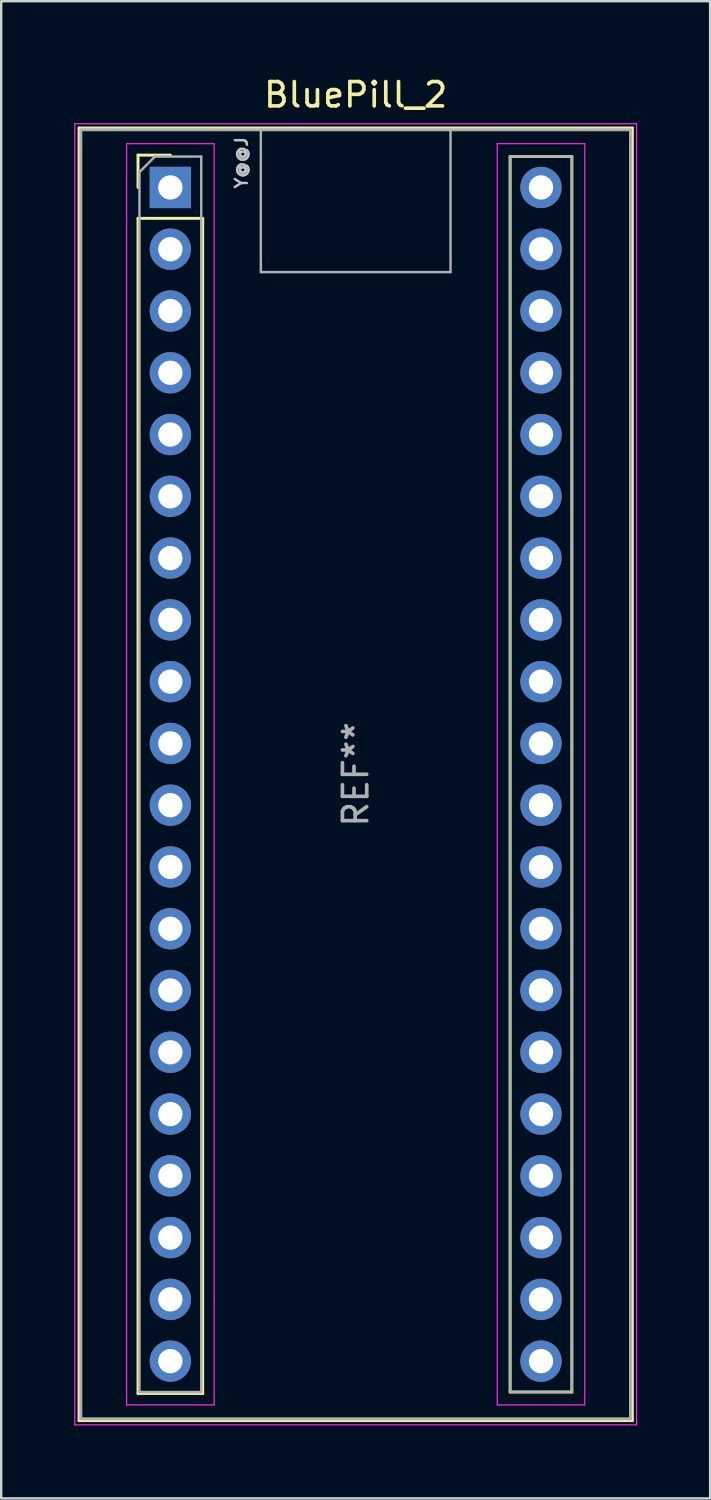
<source format=kicad_pcb>
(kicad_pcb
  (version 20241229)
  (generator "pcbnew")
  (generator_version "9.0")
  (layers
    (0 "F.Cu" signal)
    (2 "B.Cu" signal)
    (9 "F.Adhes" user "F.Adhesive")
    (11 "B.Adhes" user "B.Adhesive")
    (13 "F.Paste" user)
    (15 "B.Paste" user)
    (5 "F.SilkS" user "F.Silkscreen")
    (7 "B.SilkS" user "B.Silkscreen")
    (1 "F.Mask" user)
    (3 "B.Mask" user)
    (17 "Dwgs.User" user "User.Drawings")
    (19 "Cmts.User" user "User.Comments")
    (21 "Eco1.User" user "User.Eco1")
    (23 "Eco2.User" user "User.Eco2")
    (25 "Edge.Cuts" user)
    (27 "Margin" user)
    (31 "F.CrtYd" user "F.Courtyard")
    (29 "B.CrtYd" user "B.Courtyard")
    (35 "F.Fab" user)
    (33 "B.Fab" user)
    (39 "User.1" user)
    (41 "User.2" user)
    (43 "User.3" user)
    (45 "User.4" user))
  (footprint "BluePill_2"
    (layer "F.Cu")
    (at 3.955 4.658)
    (property "Reference" "BluePill_2" (at 7.62 -3.81 0) (layer "F.SilkS") (effects (font (size 1 1) (thickness 0.15))))
    (attr through_hole)
    (fp_line (start -3.755 -2.445) (end 18.995 -2.445) (stroke (width 0.12) (type solid)) (layer "F.SilkS"))
    (fp_line (start -3.755 50.705) (end -3.755 -2.445) (stroke (width 0.12) (type solid)) (layer "F.SilkS"))
    (fp_line (start -1.33 -1.33) (end 0 -1.33) (stroke (width 0.12) (type solid)) (layer "F.SilkS"))
    (fp_line (start -1.33 0) (end -1.33 -1.33) (stroke (width 0.12) (type solid)) (layer "F.SilkS"))
    (fp_line (start -1.33 1.27) (end 1.33 1.27) (stroke (width 0.12) (type solid)) (layer "F.SilkS"))
    (fp_line (start -1.33 49.59) (end -1.33 1.27) (stroke (width 0.12) (type solid)) (layer "F.SilkS"))
    (fp_line (start 1.33 1.27) (end 1.33 49.59) (stroke (width 0.12) (type solid)) (layer "F.SilkS"))
    (fp_line (start 1.33 49.59) (end -1.33 49.59) (stroke (width 0.12) (type solid)) (layer "F.SilkS"))
    (fp_line (start 13.97 -1.27) (end 16.51 -1.27) (stroke (width 0.12) (type solid)) (layer "F.SilkS"))
    (fp_line (start 13.97 49.53) (end 13.97 -1.27) (stroke (width 0.12) (type solid)) (layer "F.SilkS"))
    (fp_line (start 16.51 -1.27) (end 16.51 49.53) (stroke (width 0.12) (type solid)) (layer "F.SilkS"))
    (fp_line (start 16.51 49.53) (end 13.97 49.53) (stroke (width 0.12) (type solid)) (layer "F.SilkS"))
    (fp_line (start 18.995 -2.445) (end 18.995 50.705) (stroke (width 0.12) (type solid)) (layer "F.SilkS"))
    (fp_line (start 18.995 50.705) (end -3.755 50.705) (stroke (width 0.12) (type solid)) (layer "F.SilkS"))
    (fp_line (start -3.93 -2.62) (end 19.17 -2.62) (stroke (width 0.05) (type solid)) (layer "F.CrtYd"))
    (fp_line (start -3.93 50.88) (end -3.93 -2.62) (stroke (width 0.05) (type solid)) (layer "F.CrtYd"))
    (fp_line (start -1.8 -1.8) (end -1.8 50.06) (stroke (width 0.05) (type solid)) (layer "F.CrtYd"))
    (fp_line (start -1.8 50.06) (end 1.8 50.06) (stroke (width 0.05) (type solid)) (layer "F.CrtYd"))
    (fp_line (start 1.8 -1.8) (end -1.8 -1.8) (stroke (width 0.05) (type solid)) (layer "F.CrtYd"))
    (fp_line (start 1.8 -1.8) (end 1.8 45.72) (stroke (width 0.05) (type solid)) (layer "F.CrtYd"))
    (fp_line (start 1.8 45.72) (end 1.8 50.06) (stroke (width 0.05) (type solid)) (layer "F.CrtYd"))
    (fp_line (start 13.44 -1.8) (end 13.44 45.72) (stroke (width 0.05) (type solid)) (layer "F.CrtYd"))
    (fp_line (start 13.44 -1.8) (end 17.04 -1.8) (stroke (width 0.05) (type solid)) (layer "F.CrtYd"))
    (fp_line (start 13.44 45.72) (end 13.44 50.06) (stroke (width 0.05) (type solid)) (layer "F.CrtYd"))
    (fp_line (start 17.04 -1.8) (end 17.04 50.06) (stroke (width 0.05) (type solid)) (layer "F.CrtYd"))
    (fp_line (start 17.04 50.06) (end 13.44 50.06) (stroke (width 0.05) (type solid)) (layer "F.CrtYd"))
    (fp_line (start 19.17 -2.62) (end 19.17 50.88) (stroke (width 0.05) (type solid)) (layer "F.CrtYd"))
    (fp_line (start 19.17 50.88) (end -3.93 50.88) (stroke (width 0.05) (type solid)) (layer "F.CrtYd"))
    (fp_line (start -3.68 -2.37) (end 18.92 -2.37) (stroke (width 0.12) (type solid)) (layer "F.Fab"))
    (fp_line (start -3.68 50.63) (end -3.68 -2.32) (stroke (width 0.12) (type solid)) (layer "F.Fab"))
    (fp_line (start -3.68 50.63) (end 18.92 50.63) (stroke (width 0.12) (type solid)) (layer "F.Fab"))
    (fp_line (start -1.27 -0.635) (end -0.635 -1.27) (stroke (width 0.1) (type solid)) (layer "F.Fab"))
    (fp_line (start -1.27 49.53) (end -1.27 -0.635) (stroke (width 0.1) (type solid)) (layer "F.Fab"))
    (fp_line (start -0.635 -1.27) (end 1.27 -1.27) (stroke (width 0.1) (type solid)) (layer "F.Fab"))
    (fp_line (start 1.27 -1.27) (end 1.27 49.53) (stroke (width 0.1) (type solid)) (layer "F.Fab"))
    (fp_line (start 1.27 49.53) (end -1.27 49.53) (stroke (width 0.1) (type solid)) (layer "F.Fab"))
    (fp_line (start 3.72 3.48) (end 3.72 -2.32) (stroke (width 0.1) (type solid)) (layer "F.Fab"))
    (fp_line (start 3.72 3.48) (end 11.52 3.48) (stroke (width 0.1) (type solid)) (layer "F.Fab"))
    (fp_line (start 11.52 3.48) (end 11.52 -2.32) (stroke (width 0.1) (type solid)) (layer "F.Fab"))
    (fp_line (start 13.97 -1.27) (end 16.51 -1.27) (stroke (width 0.1) (type solid)) (layer "F.Fab"))
    (fp_line (start 13.97 49.53) (end 13.97 -1.27) (stroke (width 0.1) (type solid)) (layer "F.Fab"))
    (fp_line (start 16.51 -1.27) (end 16.51 49.53) (stroke (width 0.1) (type solid)) (layer "F.Fab"))
    (fp_line (start 16.51 49.53) (end 13.97 49.53) (stroke (width 0.1) (type solid)) (layer "F.Fab"))
    (fp_line (start 18.92 -2.37) (end 18.92 50.63) (stroke (width 0.12) (type solid)) (layer "F.Fab"))
    (fp_text user "Y@@J" (at 2.921 -1.016 90) (unlocked yes) (layer "Dwgs.User") (effects (font (size 0.5 0.5) (thickness 0.1))))
    (fp_text user "REF**" (at 7.62 24.13 90) (layer "F.Fab") (effects (font (size 1 1) (thickness 0.15))))
    (pad "1" thru_hole rect (at 0 0) (size 1.7 1.7) (drill 1) (layers "*.Cu" "*.Mask"))
    (pad "2" thru_hole circle (at 0 2.54) (size 1.7 1.7) (drill 1) (layers "*.Cu" "*.Mask"))
    (pad "3" thru_hole circle (at 0 5.08) (size 1.7 1.7) (drill 1) (layers "*.Cu" "*.Mask"))
    (pad "4" thru_hole circle (at 0 7.62) (size 1.7 1.7) (drill 1) (layers "*.Cu" "*.Mask"))
    (pad "5" thru_hole circle (at 0 10.16) (size 1.7 1.7) (drill 1) (layers "*.Cu" "*.Mask"))
    (pad "6" thru_hole circle (at 0 12.7) (size 1.7 1.7) (drill 1) (layers "*.Cu" "*.Mask"))
    (pad "7" thru_hole circle (at 0 15.24) (size 1.7 1.7) (drill 1) (layers "*.Cu" "*.Mask"))
    (pad "8" thru_hole circle (at 0 17.78) (size 1.7 1.7) (drill 1) (layers "*.Cu" "*.Mask"))
    (pad "9" thru_hole circle (at 0 20.32) (size 1.7 1.7) (drill 1) (layers "*.Cu" "*.Mask"))
    (pad "10" thru_hole circle (at 0 22.86) (size 1.7 1.7) (drill 1) (layers "*.Cu" "*.Mask"))
    (pad "11" thru_hole circle (at 0 25.4) (size 1.7 1.7) (drill 1) (layers "*.Cu" "*.Mask"))
    (pad "12" thru_hole circle (at 0 27.94) (size 1.7 1.7) (drill 1) (layers "*.Cu" "*.Mask"))
    (pad "13" thru_hole circle (at 0 30.48) (size 1.7 1.7) (drill 1) (layers "*.Cu" "*.Mask"))
    (pad "14" thru_hole circle (at 0 33.02) (size 1.7 1.7) (drill 1) (layers "*.Cu" "*.Mask"))
    (pad "15" thru_hole circle (at 0 35.56) (size 1.7 1.7) (drill 1) (layers "*.Cu" "*.Mask"))
    (pad "16" thru_hole circle (at 0 38.1) (size 1.7 1.7) (drill 1) (layers "*.Cu" "*.Mask"))
    (pad "17" thru_hole circle (at 0 40.64) (size 1.7 1.7) (drill 1) (layers "*.Cu" "*.Mask"))
    (pad "18" thru_hole circle (at 0 43.18) (size 1.7 1.7) (drill 1) (layers "*.Cu" "*.Mask"))
    (pad "19" thru_hole circle (at 0 45.72) (size 1.7 1.7) (drill 1) (layers "*.Cu" "*.Mask"))
    (pad "20" thru_hole circle (at 0 48.26) (size 1.7 1.7) (drill 1) (layers "*.Cu" "*.Mask"))
    (pad "21" thru_hole circle (at 15.24 48.26) (size 1.7 1.7) (drill 1) (layers "*.Cu" "*.Mask"))
    (pad "22" thru_hole circle (at 15.24 45.72) (size 1.7 1.7) (drill 1) (layers "*.Cu" "*.Mask"))
    (pad "23" thru_hole circle (at 15.24 43.18) (size 1.7 1.7) (drill 1) (layers "*.Cu" "*.Mask"))
    (pad "24" thru_hole circle (at 15.24 40.64) (size 1.7 1.7) (drill 1) (layers "*.Cu" "*.Mask"))
    (pad "25" thru_hole circle (at 15.24 38.1) (size 1.7 1.7) (drill 1) (layers "*.Cu" "*.Mask"))
    (pad "26" thru_hole circle (at 15.24 35.56) (size 1.7 1.7) (drill 1) (layers "*.Cu" "*.Mask"))
    (pad "27" thru_hole circle (at 15.24 33.02) (size 1.7 1.7) (drill 1) (layers "*.Cu" "*.Mask"))
    (pad "28" thru_hole circle (at 15.24 30.48) (size 1.7 1.7) (drill 1) (layers "*.Cu" "*.Mask"))
    (pad "29" thru_hole circle (at 15.24 27.94) (size 1.7 1.7) (drill 1) (layers "*.Cu" "*.Mask"))
    (pad "30" thru_hole circle (at 15.24 25.4) (size 1.7 1.7) (drill 1) (layers "*.Cu" "*.Mask"))
    (pad "31" thru_hole circle (at 15.24 22.86) (size 1.7 1.7) (drill 1) (layers "*.Cu" "*.Mask"))
    (pad "32" thru_hole circle (at 15.24 20.32) (size 1.7 1.7) (drill 1) (layers "*.Cu" "*.Mask"))
    (pad "33" thru_hole circle (at 15.24 17.78) (size 1.7 1.7) (drill 1) (layers "*.Cu" "*.Mask"))
    (pad "34" thru_hole circle (at 15.24 15.24) (size 1.7 1.7) (drill 1) (layers "*.Cu" "*.Mask"))
    (pad "35" thru_hole circle (at 15.24 12.7) (size 1.7 1.7) (drill 1) (layers "*.Cu" "*.Mask"))
    (pad "36" thru_hole circle (at 15.24 10.16) (size 1.7 1.7) (drill 1) (layers "*.Cu" "*.Mask"))
    (pad "37" thru_hole circle (at 15.24 7.62) (size 1.7 1.7) (drill 1) (layers "*.Cu" "*.Mask"))
    (pad "38" thru_hole circle (at 15.24 5.08) (size 1.7 1.7) (drill 1) (layers "*.Cu" "*.Mask"))
    (pad "39" thru_hole circle (at 15.24 2.54) (size 1.7 1.7) (drill 1) (layers "*.Cu" "*.Mask"))
    (pad "40" thru_hole circle (at 15.24 0) (size 1.7 1.7) (drill 1) (layers "*.Cu" "*.Mask")))
  (gr_rect
    (start -3 -3)
    (end 26.15 58.563)
    (stroke (width 0.1) (type default))
    (fill no)
    (layer "Edge.Cuts")))
</source>
